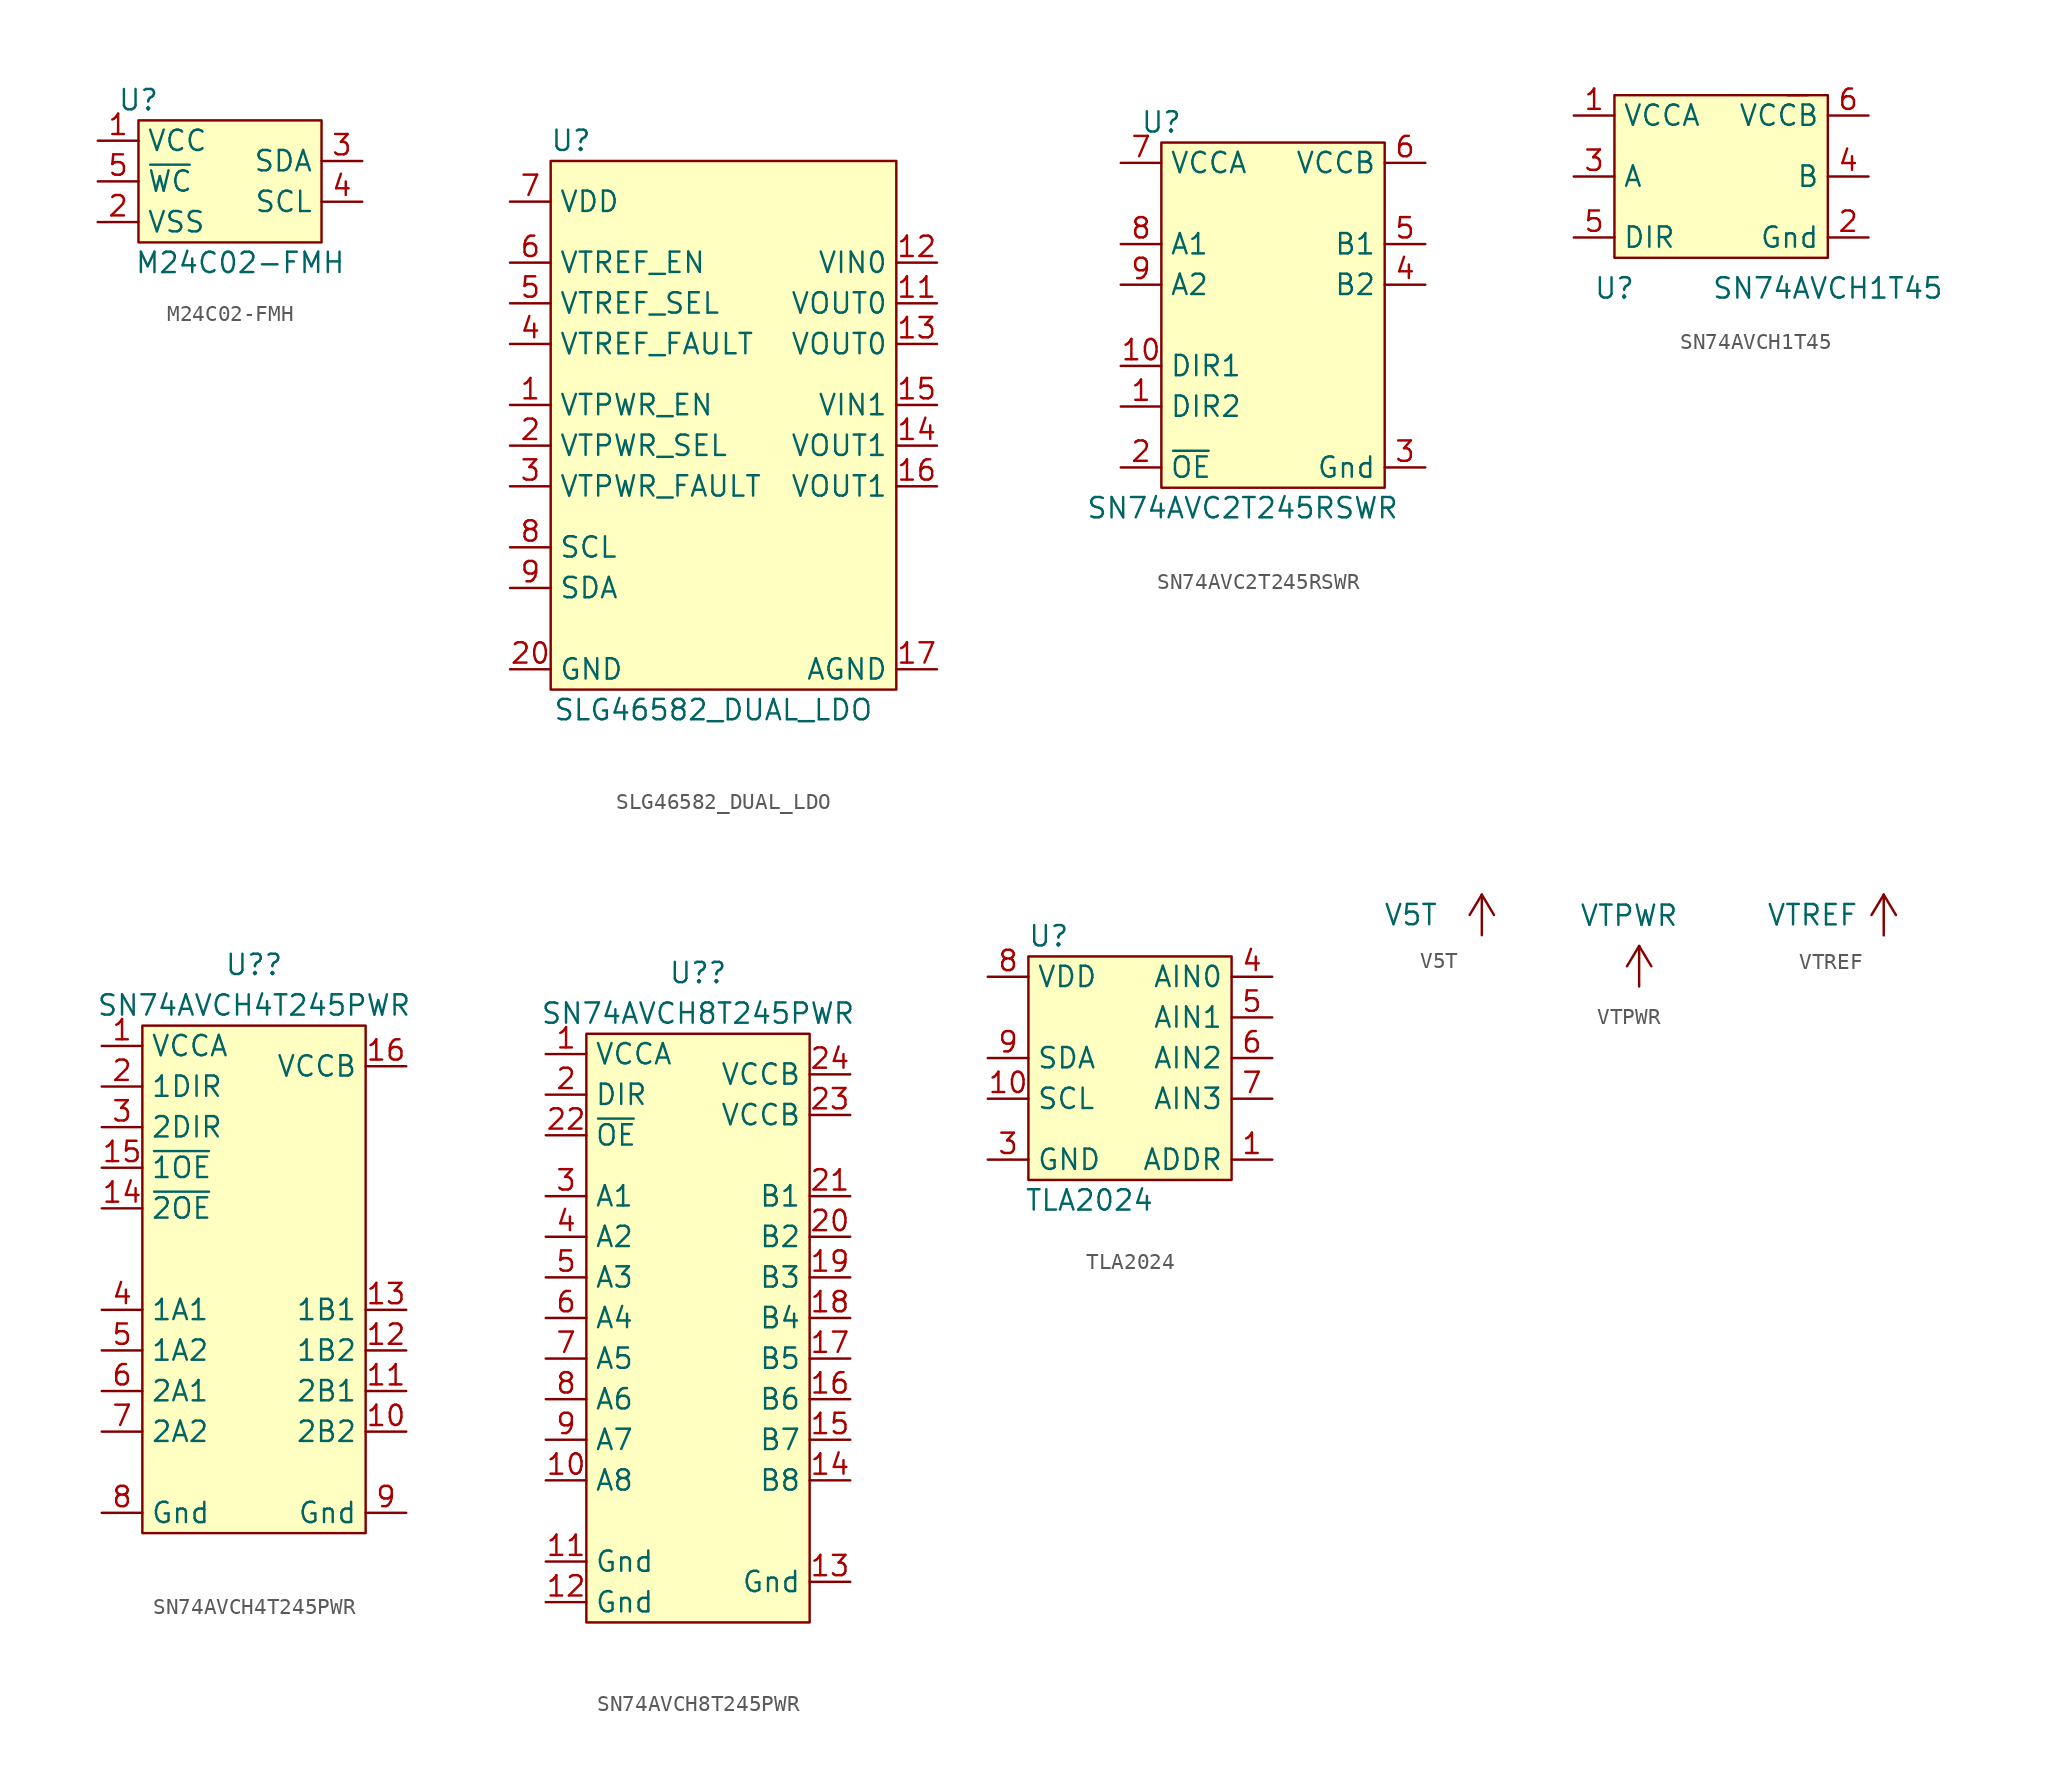
<source format=kicad_sym>
(kicad_symbol_lib
  (version 20211014)
  (generator kicad_symbol_editor)
  (symbol "M24C02-FMH"
    (property "Reference" "U"
      (at -6.35 5.08 0)
      (effects (font (size 1.27 1.27))))
    (property "Value" "M24C02-FMH"
      (at 0 -5.08 0)
      (effects (font (size 1.27 1.27))))
    (symbol "M24C02-FMH_0_1"
      (rectangle (start -6.35 3.81) (end 5.08 -3.81) (stroke (width 0) (type default) (color 0 0 0 0)) (fill (type background))))
    (symbol "M24C02-FMH_1_1"
      (pin power_in line (at -8.89 2.54 0) (length 2.54) (name "VCC" (effects (font (size 1.27 1.27)))) (number "1" (effects (font (size 1.27 1.27)))))
      (pin power_in line (at -8.89 -2.54 0) (length 2.54) (name "VSS" (effects (font (size 1.27 1.27)))) (number "2" (effects (font (size 1.27 1.27)))))
      (pin bidirectional line (at 7.62 1.27 180) (length 2.54) (name "SDA" (effects (font (size 1.27 1.27)))) (number "3" (effects (font (size 1.27 1.27)))))
      (pin bidirectional line (at 7.62 -1.27 180) (length 2.54) (name "SCL" (effects (font (size 1.27 1.27)))) (number "4" (effects (font (size 1.27 1.27)))))
      (pin input line (at -8.89 0 0) (length 2.54) (name "~{WC}" (effects (font (size 1.27 1.27)))) (number "5" (effects (font (size 1.27 1.27)))))))
  (symbol "SLG46582_DUAL_LDO"
    (property "Reference" "U"
      (at -8.89 17.78 0)
      (effects (font (size 1.27 1.27))))
    (property "Value" "SLG46582_DUAL_LDO"
      (at 0 -17.78 0)
      (effects (font (size 1.27 1.27))))
    (symbol "SLG46582_DUAL_LDO_0_1"
      (rectangle (start 11.43 -16.51) (end -10.16 16.51) (stroke (width 0) (type default) (color 0 0 0 0)) (fill (type background))))
    (symbol "SLG46582_DUAL_LDO_1_1"
      (pin input line (at -12.7 1.27 0) (length 2.54) (name "VTPWR_EN" (effects (font (size 1.27 1.27)))) (number "1" (effects (font (size 1.27 1.27)))))
      (pin power_out line (at 13.97 7.62 180) (length 2.54) (name "VOUT0" (effects (font (size 1.27 1.27)))) (number "11" (effects (font (size 1.27 1.27)))))
      (pin power_in line (at 13.97 10.16 180) (length 2.54) (name "VIN0" (effects (font (size 1.27 1.27)))) (number "12" (effects (font (size 1.27 1.27)))))
      (pin power_out line (at 13.97 5.08 180) (length 2.54) (name "VOUT0" (effects (font (size 1.27 1.27)))) (number "13" (effects (font (size 1.27 1.27)))))
      (pin power_out line (at 13.97 -1.27 180) (length 2.54) (name "VOUT1" (effects (font (size 1.27 1.27)))) (number "14" (effects (font (size 1.27 1.27)))))
      (pin power_in line (at 13.97 1.27 180) (length 2.54) (name "VIN1" (effects (font (size 1.27 1.27)))) (number "15" (effects (font (size 1.27 1.27)))))
      (pin power_out line (at 13.97 -3.81 180) (length 2.54) (name "VOUT1" (effects (font (size 1.27 1.27)))) (number "16" (effects (font (size 1.27 1.27)))))
      (pin power_in line (at 13.97 -15.24 180) (length 2.54) (name "AGND" (effects (font (size 1.27 1.27)))) (number "17" (effects (font (size 1.27 1.27)))))
      (pin input line (at -12.7 -1.27 0) (length 2.54) (name "VTPWR_SEL" (effects (font (size 1.27 1.27)))) (number "2" (effects (font (size 1.27 1.27)))))
      (pin power_in line (at -12.7 -15.24 0) (length 2.54) (name "GND" (effects (font (size 1.27 1.27)))) (number "20" (effects (font (size 1.27 1.27)))))
      (pin output line (at -12.7 -3.81 0) (length 2.54) (name "VTPWR_FAULT" (effects (font (size 1.27 1.27)))) (number "3" (effects (font (size 1.27 1.27)))))
      (pin output line (at -12.7 5.08 0) (length 2.54) (name "VTREF_FAULT" (effects (font (size 1.27 1.27)))) (number "4" (effects (font (size 1.27 1.27)))))
      (pin input line (at -12.7 7.62 0) (length 2.54) (name "VTREF_SEL" (effects (font (size 1.27 1.27)))) (number "5" (effects (font (size 1.27 1.27)))))
      (pin input line (at -12.7 10.16 0) (length 2.54) (name "VTREF_EN" (effects (font (size 1.27 1.27)))) (number "6" (effects (font (size 1.27 1.27)))))
      (pin power_in line (at -12.7 13.97 0) (length 2.54) (name "VDD" (effects (font (size 1.27 1.27)))) (number "7" (effects (font (size 1.27 1.27)))))
      (pin bidirectional line (at -12.7 -7.62 0) (length 2.54) (name "SCL" (effects (font (size 1.27 1.27)))) (number "8" (effects (font (size 1.27 1.27)))))
      (pin bidirectional line (at -12.7 -10.16 0) (length 2.54) (name "SDA" (effects (font (size 1.27 1.27)))) (number "9" (effects (font (size 1.27 1.27)))))))
  (symbol "SN74AVC2T245RSWR"
    (property "Reference" "U"
      (at -6.35 15.24 0)
      (effects (font (size 1.27 1.27))))
    (property "Value" "SN74AVC2T245RSWR"
      (at -1.27 -8.89 0)
      (effects (font (size 1.27 1.27))))
    (symbol "SN74AVC2T245RSWR_0_1"
      (rectangle (start -6.35 13.97) (end 7.62 -7.62) (stroke (width 0) (type default) (color 0 0 0 0)) (fill (type background))))
    (symbol "SN74AVC2T245RSWR_1_1"
      (pin input line (at -8.89 -2.54 0) (length 2.54) (name "DIR2" (effects (font (size 1.27 1.27)))) (number "1" (effects (font (size 1.27 1.27)))))
      (pin input line (at -8.89 0 0) (length 2.54) (name "DIR1" (effects (font (size 1.27 1.27)))) (number "10" (effects (font (size 1.27 1.27)))))
      (pin input line (at -8.89 -6.35 0) (length 2.54) (name "~{OE}" (effects (font (size 1.27 1.27)))) (number "2" (effects (font (size 1.27 1.27)))))
      (pin power_in line (at 10.16 -6.35 180) (length 2.54) (name "Gnd" (effects (font (size 1.27 1.27)))) (number "3" (effects (font (size 1.27 1.27)))))
      (pin bidirectional line (at 10.16 5.08 180) (length 2.54) (name "B2" (effects (font (size 1.27 1.27)))) (number "4" (effects (font (size 1.27 1.27)))))
      (pin bidirectional line (at 10.16 7.62 180) (length 2.54) (name "B1" (effects (font (size 1.27 1.27)))) (number "5" (effects (font (size 1.27 1.27)))))
      (pin power_in line (at 10.16 12.7 180) (length 2.54) (name "VCCB" (effects (font (size 1.27 1.27)))) (number "6" (effects (font (size 1.27 1.27)))))
      (pin power_in line (at -8.89 12.7 0) (length 2.54) (name "VCCA" (effects (font (size 1.27 1.27)))) (number "7" (effects (font (size 1.27 1.27)))))
      (pin bidirectional line (at -8.89 7.62 0) (length 2.54) (name "A1" (effects (font (size 1.27 1.27)))) (number "8" (effects (font (size 1.27 1.27)))))
      (pin bidirectional line (at -8.89 5.08 0) (length 2.54) (name "A2" (effects (font (size 1.27 1.27)))) (number "9" (effects (font (size 1.27 1.27)))))))
  (symbol "SN74AVCH1T45"
    (property "Reference" "U"
      (at -5.715 -6.985 0)
      (effects (font (size 1.27 1.27))))
    (property "Value" "SN74AVCH1T45"
      (at 7.62 -6.985 0)
      (effects (font (size 1.27 1.27))))
    (symbol "SN74AVCH1T45_0_1"
      (rectangle (start -5.715 5.08) (end 7.62 -5.08) (stroke (width 0) (type default) (color 0 0 0 0)) (fill (type background)))
      (rectangle (start 5.08 5.08) (end 6.35 5.08) (stroke (width 0) (type default) (color 0 0 0 0)) (fill (type none))))
    (symbol "SN74AVCH1T45_1_1"
      (pin power_in line (at -8.255 3.81 0) (length 2.54) (name "VCCA" (effects (font (size 1.27 1.27)))) (number "1" (effects (font (size 1.27 1.27)))))
      (pin power_in line (at 10.16 -3.81 180) (length 2.54) (name "Gnd" (effects (font (size 1.27 1.27)))) (number "2" (effects (font (size 1.27 1.27)))))
      (pin bidirectional line (at -8.255 0 0) (length 2.54) (name "A" (effects (font (size 1.27 1.27)))) (number "3" (effects (font (size 1.27 1.27)))))
      (pin bidirectional line (at 10.16 0 180) (length 2.54) (name "B" (effects (font (size 1.27 1.27)))) (number "4" (effects (font (size 1.27 1.27)))))
      (pin input line (at -8.255 -3.81 0) (length 2.54) (name "DIR" (effects (font (size 1.27 1.27)))) (number "5" (effects (font (size 1.27 1.27)))))
      (pin power_in line (at 10.16 3.81 180) (length 2.54) (name "VCCB" (effects (font (size 1.27 1.27)))) (number "6" (effects (font (size 1.27 1.27)))))))
  (symbol "SN74AVCH4T245PWR"
    (property "Reference" "U?"
      (at -1.905 22.86 0)
      (effects (font (size 1.27 1.27))))
    (property "Value" "SN74AVCH4T245PWR"
      (at -1.905 20.32 0)
      (effects (font (size 1.27 1.27))))
    (symbol "SN74AVCH4T245PWR_0_1"
      (rectangle (start -8.89 19.05) (end 5.08 -12.7) (stroke (width 0) (type default) (color 0 0 0 0)) (fill (type background))))
    (symbol "SN74AVCH4T245PWR_1_1"
      (pin power_in line (at -11.43 17.78 0) (length 2.54) (name "VCCA" (effects (font (size 1.27 1.27)))) (number "1" (effects (font (size 1.27 1.27)))))
      (pin bidirectional line (at 7.62 -6.35 180) (length 2.54) (name "2B2" (effects (font (size 1.27 1.27)))) (number "10" (effects (font (size 1.27 1.27)))))
      (pin bidirectional line (at 7.62 -3.81 180) (length 2.54) (name "2B1" (effects (font (size 1.27 1.27)))) (number "11" (effects (font (size 1.27 1.27)))))
      (pin bidirectional line (at 7.62 -1.27 180) (length 2.54) (name "1B2" (effects (font (size 1.27 1.27)))) (number "12" (effects (font (size 1.27 1.27)))))
      (pin bidirectional line (at 7.62 1.27 180) (length 2.54) (name "1B1" (effects (font (size 1.27 1.27)))) (number "13" (effects (font (size 1.27 1.27)))))
      (pin bidirectional line (at -11.43 7.62 0) (length 2.54) (name "~{2OE}" (effects (font (size 1.27 1.27)))) (number "14" (effects (font (size 1.27 1.27)))))
      (pin power_in line (at -11.43 10.16 0) (length 2.54) (name "~{1OE}" (effects (font (size 1.27 1.27)))) (number "15" (effects (font (size 1.27 1.27)))))
      (pin power_in line (at 7.62 16.51 180) (length 2.54) (name "VCCB" (effects (font (size 1.27 1.27)))) (number "16" (effects (font (size 1.27 1.27)))))
      (pin input line (at -11.43 15.24 0) (length 2.54) (name "1DIR" (effects (font (size 1.27 1.27)))) (number "2" (effects (font (size 1.27 1.27)))))
      (pin input line (at -11.43 12.7 0) (length 2.54) (name "2DIR" (effects (font (size 1.27 1.27)))) (number "3" (effects (font (size 1.27 1.27)))))
      (pin bidirectional line (at -11.43 1.27 0) (length 2.54) (name "1A1" (effects (font (size 1.27 1.27)))) (number "4" (effects (font (size 1.27 1.27)))))
      (pin bidirectional line (at -11.43 -1.27 0) (length 2.54) (name "1A2" (effects (font (size 1.27 1.27)))) (number "5" (effects (font (size 1.27 1.27)))))
      (pin bidirectional line (at -11.43 -3.81 0) (length 2.54) (name "2A1" (effects (font (size 1.27 1.27)))) (number "6" (effects (font (size 1.27 1.27)))))
      (pin bidirectional line (at -11.43 -6.35 0) (length 2.54) (name "2A2" (effects (font (size 1.27 1.27)))) (number "7" (effects (font (size 1.27 1.27)))))
      (pin power_in line (at -11.43 -11.43 0) (length 2.54) (name "Gnd" (effects (font (size 1.27 1.27)))) (number "8" (effects (font (size 1.27 1.27)))))
      (pin power_in line (at 7.62 -11.43 180) (length 2.54) (name "Gnd" (effects (font (size 1.27 1.27)))) (number "9" (effects (font (size 1.27 1.27)))))))
  (symbol "SN74AVCH8T245PWR"
    (property "Reference" "U?"
      (at -1.905 22.86 0)
      (effects (font (size 1.27 1.27))))
    (property "Value" "SN74AVCH8T245PWR"
      (at -1.905 20.32 0)
      (effects (font (size 1.27 1.27))))
    (symbol "SN74AVCH8T245PWR_0_1"
      (rectangle (start -8.89 -17.78) (end 5.08 19.05) (stroke (width 0) (type default) (color 0 0 0 0)) (fill (type background))))
    (symbol "SN74AVCH8T245PWR_1_1"
      (pin power_in line (at -11.43 17.78 0) (length 2.54) (name "VCCA" (effects (font (size 1.27 1.27)))) (number "1" (effects (font (size 1.27 1.27)))))
      (pin bidirectional line (at -11.43 -8.89 0) (length 2.54) (name "A8" (effects (font (size 1.27 1.27)))) (number "10" (effects (font (size 1.27 1.27)))))
      (pin power_in line (at -11.43 -13.97 0) (length 2.54) (name "Gnd" (effects (font (size 1.27 1.27)))) (number "11" (effects (font (size 1.27 1.27)))))
      (pin power_in line (at -11.43 -16.51 0) (length 2.54) (name "Gnd" (effects (font (size 1.27 1.27)))) (number "12" (effects (font (size 1.27 1.27)))))
      (pin power_in line (at 7.62 -15.24 180) (length 2.54) (name "Gnd" (effects (font (size 1.27 1.27)))) (number "13" (effects (font (size 1.27 1.27)))))
      (pin bidirectional line (at 7.62 -8.89 180) (length 2.54) (name "B8" (effects (font (size 1.27 1.27)))) (number "14" (effects (font (size 1.27 1.27)))))
      (pin bidirectional line (at 7.62 -6.35 180) (length 2.54) (name "B7" (effects (font (size 1.27 1.27)))) (number "15" (effects (font (size 1.27 1.27)))))
      (pin bidirectional line (at 7.62 -3.81 180) (length 2.54) (name "B6" (effects (font (size 1.27 1.27)))) (number "16" (effects (font (size 1.27 1.27)))))
      (pin bidirectional line (at 7.62 -1.27 180) (length 2.54) (name "B5" (effects (font (size 1.27 1.27)))) (number "17" (effects (font (size 1.27 1.27)))))
      (pin bidirectional line (at 7.62 1.27 180) (length 2.54) (name "B4" (effects (font (size 1.27 1.27)))) (number "18" (effects (font (size 1.27 1.27)))))
      (pin bidirectional line (at 7.62 3.81 180) (length 2.54) (name "B3" (effects (font (size 1.27 1.27)))) (number "19" (effects (font (size 1.27 1.27)))))
      (pin input line (at -11.43 15.24 0) (length 2.54) (name "DIR" (effects (font (size 1.27 1.27)))) (number "2" (effects (font (size 1.27 1.27)))))
      (pin bidirectional line (at 7.62 6.35 180) (length 2.54) (name "B2" (effects (font (size 1.27 1.27)))) (number "20" (effects (font (size 1.27 1.27)))))
      (pin bidirectional line (at 7.62 8.89 180) (length 2.54) (name "B1" (effects (font (size 1.27 1.27)))) (number "21" (effects (font (size 1.27 1.27)))))
      (pin input line (at -11.43 12.7 0) (length 2.54) (name "~{OE}" (effects (font (size 1.27 1.27)))) (number "22" (effects (font (size 1.27 1.27)))))
      (pin power_in line (at 7.62 13.97 180) (length 2.54) (name "VCCB" (effects (font (size 1.27 1.27)))) (number "23" (effects (font (size 1.27 1.27)))))
      (pin power_in line (at 7.62 16.51 180) (length 2.54) (name "VCCB" (effects (font (size 1.27 1.27)))) (number "24" (effects (font (size 1.27 1.27)))))
      (pin bidirectional line (at -11.43 8.89 0) (length 2.54) (name "A1" (effects (font (size 1.27 1.27)))) (number "3" (effects (font (size 1.27 1.27)))))
      (pin bidirectional line (at -11.43 6.35 0) (length 2.54) (name "A2" (effects (font (size 1.27 1.27)))) (number "4" (effects (font (size 1.27 1.27)))))
      (pin bidirectional line (at -11.43 3.81 0) (length 2.54) (name "A3" (effects (font (size 1.27 1.27)))) (number "5" (effects (font (size 1.27 1.27)))))
      (pin bidirectional line (at -11.43 1.27 0) (length 2.54) (name "A4" (effects (font (size 1.27 1.27)))) (number "6" (effects (font (size 1.27 1.27)))))
      (pin bidirectional line (at -11.43 -1.27 0) (length 2.54) (name "A5" (effects (font (size 1.27 1.27)))) (number "7" (effects (font (size 1.27 1.27)))))
      (pin bidirectional line (at -11.43 -3.81 0) (length 2.54) (name "A6" (effects (font (size 1.27 1.27)))) (number "8" (effects (font (size 1.27 1.27)))))
      (pin bidirectional line (at -11.43 -6.35 0) (length 2.54) (name "A7" (effects (font (size 1.27 1.27)))) (number "9" (effects (font (size 1.27 1.27)))))))
  (symbol "TLA2024"
    (property "Reference" "U"
      (at -5.08 7.62 0)
      (effects (font (size 1.27 1.27))))
    (property "Value" "TLA2024"
      (at -2.54 -8.89 0)
      (effects (font (size 1.27 1.27))))
    (symbol "TLA2024_0_1"
      (rectangle (start 6.35 -7.62) (end -6.35 6.35) (stroke (width 0) (type default) (color 0 0 0 0)) (fill (type background))))
    (symbol "TLA2024_1_1"
      (pin input line (at 8.89 -6.35 180) (length 2.54) (name "ADDR" (effects (font (size 1.27 1.27)))) (number "1" (effects (font (size 1.27 1.27)))))
      (pin bidirectional line (at -8.89 -2.54 0) (length 2.54) (name "SCL" (effects (font (size 1.27 1.27)))) (number "10" (effects (font (size 1.27 1.27)))))
      (pin power_in line (at -8.89 -6.35 0) (length 2.54) (name "GND" (effects (font (size 1.27 1.27)))) (number "3" (effects (font (size 1.27 1.27)))))
      (pin input line (at 8.89 5.08 180) (length 2.54) (name "AIN0" (effects (font (size 1.27 1.27)))) (number "4" (effects (font (size 1.27 1.27)))))
      (pin input line (at 8.89 2.54 180) (length 2.54) (name "AIN1" (effects (font (size 1.27 1.27)))) (number "5" (effects (font (size 1.27 1.27)))))
      (pin input line (at 8.89 0 180) (length 2.54) (name "AIN2" (effects (font (size 1.27 1.27)))) (number "6" (effects (font (size 1.27 1.27)))))
      (pin input line (at 8.89 -2.54 180) (length 2.54) (name "AIN3" (effects (font (size 1.27 1.27)))) (number "7" (effects (font (size 1.27 1.27)))))
      (pin power_in line (at -8.89 5.08 0) (length 2.54) (name "VDD" (effects (font (size 1.27 1.27)))) (number "8" (effects (font (size 1.27 1.27)))))
      (pin bidirectional line (at -8.89 0 0) (length 2.54) (name "SDA" (effects (font (size 1.27 1.27)))) (number "9" (effects (font (size 1.27 1.27)))))))
  (symbol "V5T"
    (power)
    (pin_names
      (offset 0))
    (property "Reference" "#PWR?"
      (at 0 -3.81 0)
      (effects (font (size 1.27 1.27)) hide))
    (property "Value" "V5T"
      (at -4.445 1.27 0)
      (effects (font (size 1.27 1.27))))
    (symbol "V5T_0_1"
      (polyline (pts (xy -0.762 1.27) (xy 0 2.54)) (stroke (width 0) (type default) (color 0 0 0 0)) (fill (type none)))
      (polyline (pts (xy 0 0) (xy 0 2.54)) (stroke (width 0) (type default) (color 0 0 0 0)) (fill (type none)))
      (polyline (pts (xy 0 2.54) (xy 0.762 1.27)) (stroke (width 0) (type default) (color 0 0 0 0)) (fill (type none))))
    (symbol "V5T_1_1"
      (pin power_in line (at 0 0 90) (length 0) hide (name "V5T" (effects (font (size 1.27 1.27)))) (number "1" (effects (font (size 1.27 1.27)))))))
  (symbol "VTPWR"
    (power)
    (pin_names
      (offset 0))
    (property "Reference" "#PWR037"
      (at 0 -3.81 0)
      (effects (font (size 1.27 1.27)) hide))
    (property "Value" "VTPWR"
      (at -0.635 4.445 0)
      (effects (font (size 1.27 1.27))))
    (symbol "VTPWR_0_1"
      (polyline (pts (xy -0.762 1.27) (xy 0 2.54)) (stroke (width 0) (type default) (color 0 0 0 0)) (fill (type none)))
      (polyline (pts (xy 0 0) (xy 0 2.54)) (stroke (width 0) (type default) (color 0 0 0 0)) (fill (type none)))
      (polyline (pts (xy 0 2.54) (xy 0.762 1.27)) (stroke (width 0) (type default) (color 0 0 0 0)) (fill (type none))))
    (symbol "VTPWR_1_1"
      (pin power_in line (at 0 0 90) (length 0) hide (name "VTPWR" (effects (font (size 1.27 1.27)))) (number "1" (effects (font (size 1.27 1.27)))))))
  (symbol "VTREF"
    (power)
    (pin_names
      (offset 0))
    (property "Reference" "#PWR?"
      (at 0 -3.81 0)
      (effects (font (size 1.27 1.27)) hide))
    (property "Value" "VTREF"
      (at -4.445 1.27 0)
      (effects (font (size 1.27 1.27))))
    (symbol "VTREF_0_1"
      (polyline (pts (xy -0.762 1.27) (xy 0 2.54)) (stroke (width 0) (type default) (color 0 0 0 0)) (fill (type none)))
      (polyline (pts (xy 0 0) (xy 0 2.54)) (stroke (width 0) (type default) (color 0 0 0 0)) (fill (type none)))
      (polyline (pts (xy 0 2.54) (xy 0.762 1.27)) (stroke (width 0) (type default) (color 0 0 0 0)) (fill (type none))))
    (symbol "VTREF_1_1"
      (pin power_in line (at 0 0 90) (length 0) hide (name "VTREF" (effects (font (size 1.27 1.27)))) (number "1" (effects (font (size 1.27 1.27))))))))
</source>
